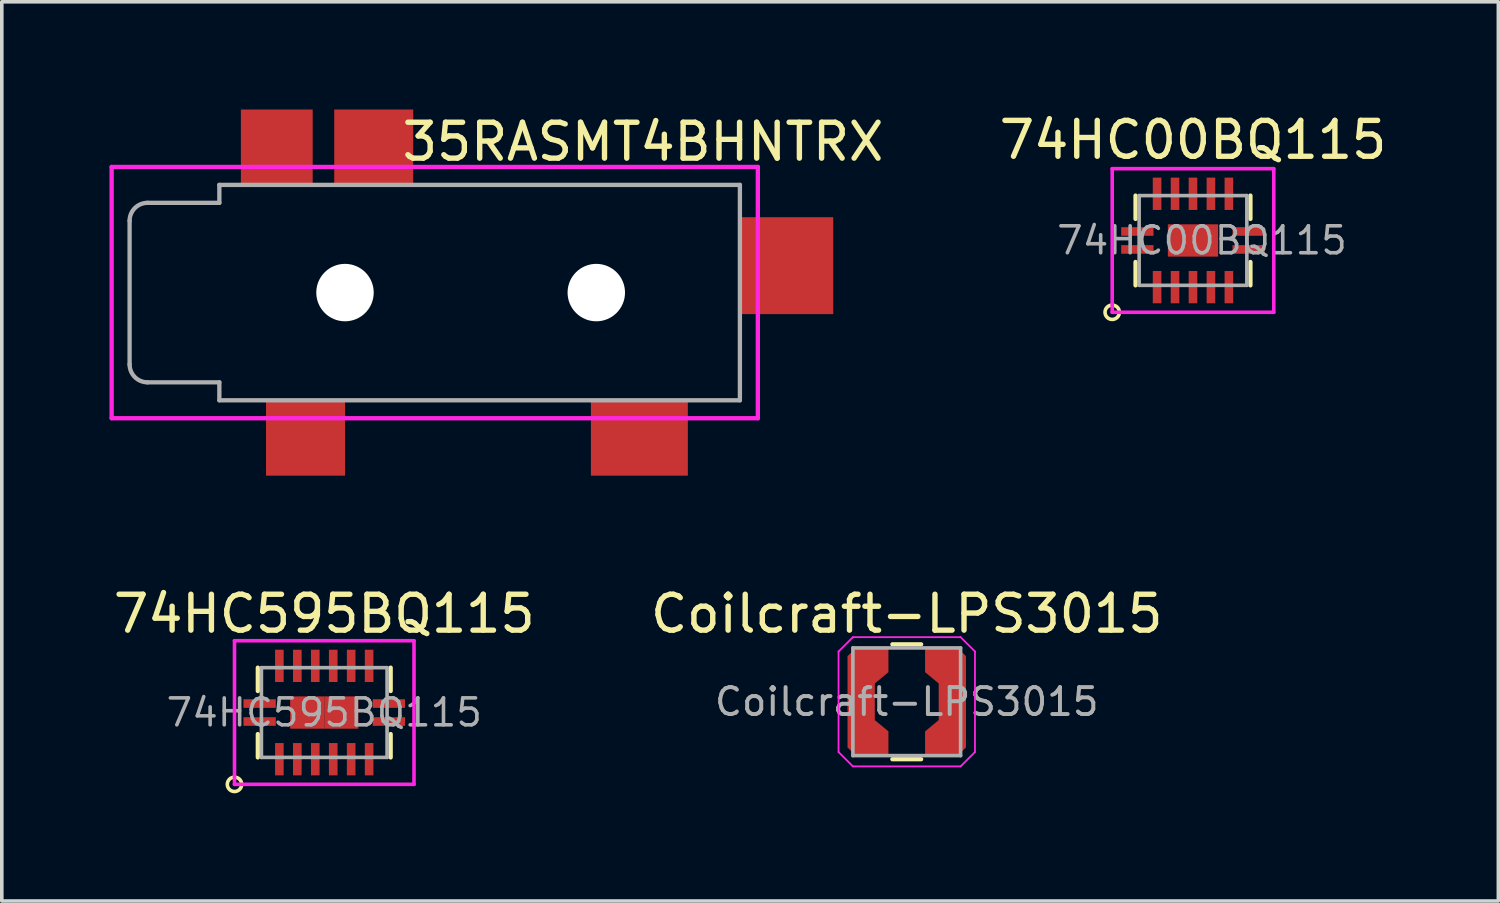
<source format=kicad_pcb>
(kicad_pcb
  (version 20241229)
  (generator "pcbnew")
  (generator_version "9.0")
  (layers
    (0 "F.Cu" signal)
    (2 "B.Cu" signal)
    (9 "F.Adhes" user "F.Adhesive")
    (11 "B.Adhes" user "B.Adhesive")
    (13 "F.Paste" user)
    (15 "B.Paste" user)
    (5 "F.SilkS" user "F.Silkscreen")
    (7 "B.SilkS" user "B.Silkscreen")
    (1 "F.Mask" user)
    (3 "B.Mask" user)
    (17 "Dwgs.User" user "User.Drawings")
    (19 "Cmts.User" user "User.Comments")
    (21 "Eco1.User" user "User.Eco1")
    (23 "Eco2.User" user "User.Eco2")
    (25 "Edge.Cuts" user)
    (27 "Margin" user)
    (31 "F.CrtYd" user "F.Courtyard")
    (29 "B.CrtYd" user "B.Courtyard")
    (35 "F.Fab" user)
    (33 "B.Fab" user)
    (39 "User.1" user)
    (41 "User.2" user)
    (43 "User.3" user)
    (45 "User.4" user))
  (footprint "Coilcraft-LPS3015"
    (layer "F.Cu")
    (at 22.208 16.498)
    (property "Reference" "Coilcraft-LPS3015" (at 0 -2.45 0) (layer "F.SilkS") (effects (font (size 1 1) (thickness 0.15))))
    (attr smd)
    (fp_line (start -0.4 -1.6) (end 0.4 -1.6) (stroke (width 0.12) (type solid)) (layer "F.SilkS"))
    (fp_line (start -0.4 1.6) (end 0.4 1.6) (stroke (width 0.12) (type solid)) (layer "F.SilkS"))
    (fp_line (start -1.9 -1.4) (end -1.5 -1.8) (stroke (width 0.05) (type solid)) (layer "F.CrtYd"))
    (fp_line (start -1.9 1.4) (end -1.9 -1.4) (stroke (width 0.05) (type solid)) (layer "F.CrtYd"))
    (fp_line (start -1.5 -1.8) (end 1.5 -1.8) (stroke (width 0.05) (type solid)) (layer "F.CrtYd"))
    (fp_line (start -1.5 1.8) (end -1.9 1.4) (stroke (width 0.05) (type solid)) (layer "F.CrtYd"))
    (fp_line (start 1.5 -1.8) (end 1.9 -1.4) (stroke (width 0.05) (type solid)) (layer "F.CrtYd"))
    (fp_line (start 1.5 1.8) (end -1.5 1.8) (stroke (width 0.05) (type solid)) (layer "F.CrtYd"))
    (fp_line (start 1.9 -1.4) (end 1.9 1.4) (stroke (width 0.05) (type solid)) (layer "F.CrtYd"))
    (fp_line (start 1.9 1.4) (end 1.5 1.8) (stroke (width 0.05) (type solid)) (layer "F.CrtYd"))
    (fp_line (start -1.5 1.5) (end -1.5 -1.5) (stroke (width 0.1) (type solid)) (layer "F.Fab"))
    (fp_line (start -1.5 1.5) (end 1.5 1.5) (stroke (width 0.1) (type solid)) (layer "F.Fab"))
    (fp_line (start 1.5 -1.5) (end -1.5 -1.5) (stroke (width 0.1) (type solid)) (layer "F.Fab"))
    (fp_line (start 1.5 1.5) (end 1.5 -1.5) (stroke (width 0.1) (type solid)) (layer "F.Fab"))
    (fp_text user "${REFERENCE}" (at 0 0 0) (layer "F.Fab") (effects (font (size 0.75 0.75) (thickness 0.11))))
    (pad "1" smd rect (at -1.395 -1.27 45) (size 0.361 0.361) (layers "F.Cu" "F.Mask" "F.Paste"))
    (pad "1" smd rect (at -1.395 1.27 45) (size 0.361 0.361) (layers "F.Cu" "F.Mask" "F.Paste"))
    (pad "1" smd rect (at -1.27 0) (size 0.76 2.54) (layers "F.Cu" "F.Mask" "F.Paste"))
    (pad "1" smd rect (at -0.953 -1.175) (size 0.885 0.7) (layers "F.Cu" "F.Mask" "F.Paste"))
    (pad "1" smd rect (at -0.953 1.175) (size 0.885 0.7) (layers "F.Cu" "F.Mask" "F.Paste"))
    (pad "1" smd rect (at -0.858 -0.857 39.7) (size 0.494 0.494) (layers "F.Cu" "F.Mask" "F.Paste"))
    (pad "1" smd rect (at -0.858 0.857 320.3) (size 0.494 0.494) (layers "F.Cu" "F.Mask" "F.Paste"))
    (pad "2" smd rect (at 0.858 -0.857 320.3) (size 0.494 0.494) (layers "F.Cu" "F.Mask" "F.Paste"))
    (pad "2" smd rect (at 0.858 0.857 39.7) (size 0.494 0.494) (layers "F.Cu" "F.Mask" "F.Paste"))
    (pad "2" smd rect (at 0.953 -1.175) (size 0.885 0.7) (layers "F.Cu" "F.Mask" "F.Paste"))
    (pad "2" smd rect (at 0.953 1.175) (size 0.885 0.7) (layers "F.Cu" "F.Mask" "F.Paste"))
    (pad "2" smd rect (at 1.27 0) (size 0.76 2.54) (layers "F.Cu" "F.Mask" "F.Paste"))
    (pad "2" smd rect (at 1.395 -1.27 45) (size 0.361 0.361) (layers "F.Cu" "F.Mask" "F.Paste"))
    (pad "2" smd rect (at 1.395 1.27 45) (size 0.361 0.361) (layers "F.Cu" "F.Mask" "F.Paste")))
  (footprint "35RASMT4BHNTRX"
    (layer "F.Cu")
    (at 3.06 5.1)
    (property "Reference" "35RASMT4BHNTRX" (at 11.8 -4.2 0) (layer "F.SilkS") (effects (font (size 1 1) (thickness 0.15))))
    (attr through_hole)
    (fp_line (start -3 -3.5) (end 15 -3.5) (stroke (width 0.12) (type solid)) (layer "F.CrtYd"))
    (fp_line (start -3 3.5) (end -3 -3.5) (stroke (width 0.12) (type solid)) (layer "F.CrtYd"))
    (fp_line (start 15 -3.5) (end 15 3.5) (stroke (width 0.12) (type solid)) (layer "F.CrtYd"))
    (fp_line (start 15 3.5) (end -3 3.5) (stroke (width 0.12) (type solid)) (layer "F.CrtYd"))
    (fp_line (start -2.5 -2) (end -2.5 2) (stroke (width 0.12) (type solid)) (layer "F.Fab"))
    (fp_line (start -2 2.5) (end 0 2.5) (stroke (width 0.12) (type solid)) (layer "F.Fab"))
    (fp_line (start 0 -3) (end 0 -2.5) (stroke (width 0.12) (type solid)) (layer "F.Fab"))
    (fp_line (start 0 -2.5) (end -2 -2.5) (stroke (width 0.12) (type solid)) (layer "F.Fab"))
    (fp_line (start 0 2.5) (end 0 3) (stroke (width 0.12) (type solid)) (layer "F.Fab"))
    (fp_line (start 0 3) (end 14.5 3) (stroke (width 0.12) (type solid)) (layer "F.Fab"))
    (fp_line (start 14.5 -3) (end 0 -3) (stroke (width 0.12) (type solid)) (layer "F.Fab"))
    (fp_line (start 14.5 3) (end 14.5 -3) (stroke (width 0.12) (type solid)) (layer "F.Fab"))
    (fp_arc (start -2.5 -2) (mid -2.353553 -2.353553) (end -2 -2.5) (stroke (width 0.12) (type solid)) (layer "F.Fab"))
    (fp_arc (start -2 2.5) (mid -2.353553 2.353553) (end -2.5 2) (stroke (width 0.12) (type solid)) (layer "F.Fab"))
    (pad "" np_thru_hole circle (at 3.5 0) (size 1.6 1.6) (drill 1.6) (layers "*.Cu" "*.Mask"))
    (pad "" np_thru_hole circle (at 10.5 0) (size 1.6 1.6) (drill 1.6) (layers "*.Cu" "*.Mask"))
    (pad "R" smd rect (at 4.3 -4.05) (size 2.2 2.1) (layers "F.Cu" "F.Mask" "F.Paste"))
    (pad "RN" smd rect (at 1.6 -4.05) (size 2 2.1) (layers "F.Cu" "F.Mask" "F.Paste"))
    (pad "S" smd rect (at 2.4 4.05) (size 2.2 2.1) (layers "F.Cu" "F.Mask" "F.Paste"))
    (pad "T" smd rect (at 11.7 4.05) (size 2.7 2.1) (layers "F.Cu" "F.Mask" "F.Paste"))
    (pad "TN" smd rect (at 15.8 -0.75) (size 2.6 2.7) (layers "F.Cu" "F.Mask" "F.Paste")))
  (footprint "74HC00BQ115"
    (layer "F.Cu")
    (at 30.181 3.648)
    (property "Reference" "74HC00BQ115" (at 0 -2.8 0) (layer "F.SilkS") (effects (font (size 1 1) (thickness 0.15))))
    (attr smd)
    (fp_line (start -1.6 -1.25) (end -1.6 -0.6) (stroke (width 0.12) (type solid)) (layer "F.SilkS"))
    (fp_line (start -1.6 0.6) (end -1.6 1.25) (stroke (width 0.12) (type solid)) (layer "F.SilkS"))
    (fp_line (start 1.6 -1.25) (end 1.6 -0.6) (stroke (width 0.12) (type solid)) (layer "F.SilkS"))
    (fp_line (start 1.6 0.6) (end 1.6 1.25) (stroke (width 0.12) (type solid)) (layer "F.SilkS"))
    (fp_circle (center -2.25 2) (end -2.05 2) (stroke (width 0.1) (type solid)) (fill no) (layer "F.SilkS"))
    (fp_line (start -2.25 -2) (end 2.25 -2) (stroke (width 0.1) (type solid)) (layer "F.CrtYd"))
    (fp_line (start -2.25 2) (end -2.25 -2) (stroke (width 0.1) (type solid)) (layer "F.CrtYd"))
    (fp_line (start 2.25 -2) (end 2.25 2) (stroke (width 0.1) (type solid)) (layer "F.CrtYd"))
    (fp_line (start 2.25 2) (end -2.25 2) (stroke (width 0.1) (type solid)) (layer "F.CrtYd"))
    (fp_line (start -1.5 -1.25) (end 1.5 -1.25) (stroke (width 0.1) (type solid)) (layer "F.Fab"))
    (fp_line (start -1.5 1.25) (end -1.5 -1.25) (stroke (width 0.1) (type solid)) (layer "F.Fab"))
    (fp_line (start 1.5 -1.25) (end 1.5 1.25) (stroke (width 0.1) (type solid)) (layer "F.Fab"))
    (fp_line (start 1.5 1.25) (end -1.5 1.25) (stroke (width 0.1) (type solid)) (layer "F.Fab"))
    (fp_text user "${REFERENCE}" (at 0.25 0 0) (layer "F.Fab") (effects (font (size 0.75 0.75) (thickness 0.1))))
    (pad "1" smd rect (at -1.55 0.25 90) (size 0.24 0.9) (layers "F.Cu" "F.Mask" "F.Paste"))
    (pad "2" smd rect (at -1 1.3) (size 0.24 0.9) (layers "F.Cu" "F.Mask" "F.Paste"))
    (pad "3" smd rect (at -0.5 1.3) (size 0.24 0.9) (layers "F.Cu" "F.Mask" "F.Paste"))
    (pad "4" smd rect (at 0 1.3) (size 0.24 0.9) (layers "F.Cu" "F.Mask" "F.Paste"))
    (pad "5" smd rect (at 0.5 1.3) (size 0.24 0.9) (layers "F.Cu" "F.Mask" "F.Paste"))
    (pad "6" smd rect (at 1 1.3) (size 0.24 0.9) (layers "F.Cu" "F.Mask" "F.Paste"))
    (pad "7" smd rect (at -0.35 0 90) (size 0.9 0.7) (layers "F.Cu" "F.Mask" "F.Paste"))
    (pad "7" smd rect (at 0.35 0 90) (size 0.9 0.7) (layers "F.Cu" "F.Mask" "F.Paste"))
    (pad "7" smd rect (at 1.55 0.25 90) (size 0.24 0.9) (layers "F.Cu" "F.Mask" "F.Paste"))
    (pad "8" smd rect (at 1.55 -0.25 90) (size 0.24 0.9) (layers "F.Cu" "F.Mask" "F.Paste"))
    (pad "9" smd rect (at 1 -1.3) (size 0.24 0.9) (layers "F.Cu" "F.Mask" "F.Paste"))
    (pad "10" smd rect (at 0.5 -1.3) (size 0.24 0.9) (layers "F.Cu" "F.Mask" "F.Paste"))
    (pad "11" smd rect (at 0 -1.3) (size 0.24 0.9) (layers "F.Cu" "F.Mask" "F.Paste"))
    (pad "12" smd rect (at -0.5 -1.3) (size 0.24 0.9) (layers "F.Cu" "F.Mask" "F.Paste"))
    (pad "13" smd rect (at -1 -1.3) (size 0.24 0.9) (layers "F.Cu" "F.Mask" "F.Paste"))
    (pad "14" smd rect (at -1.55 -0.25 90) (size 0.24 0.9) (layers "F.Cu" "F.Mask" "F.Paste")))
  (footprint "74HC595BQ115"
    (layer "F.Cu")
    (at 5.982 16.798)
    (property "Reference" "74HC595BQ115" (at 0 -2.75 0) (layer "F.SilkS") (effects (font (size 1 1) (thickness 0.15))))
    (attr smd)
    (fp_line (start -1.85 -1.25) (end -1.85 -0.6) (stroke (width 0.12) (type solid)) (layer "F.SilkS"))
    (fp_line (start -1.85 0.6) (end -1.85 1.25) (stroke (width 0.12) (type solid)) (layer "F.SilkS"))
    (fp_line (start 1.85 -1.25) (end 1.85 -0.6) (stroke (width 0.12) (type solid)) (layer "F.SilkS"))
    (fp_line (start 1.85 0.6) (end 1.85 1.25) (stroke (width 0.12) (type solid)) (layer "F.SilkS"))
    (fp_circle (center -2.5 2) (end -2.3 2) (stroke (width 0.1) (type solid)) (fill no) (layer "F.SilkS"))
    (fp_line (start -2.5 -2) (end 2.5 -2) (stroke (width 0.1) (type solid)) (layer "F.CrtYd"))
    (fp_line (start -2.5 2) (end -2.5 -2) (stroke (width 0.1) (type solid)) (layer "F.CrtYd"))
    (fp_line (start 2.5 -2) (end 2.5 2) (stroke (width 0.1) (type solid)) (layer "F.CrtYd"))
    (fp_line (start 2.5 2) (end -2.5 2) (stroke (width 0.1) (type solid)) (layer "F.CrtYd"))
    (fp_line (start -1.75 -1.25) (end 1.75 -1.25) (stroke (width 0.1) (type solid)) (layer "F.Fab"))
    (fp_line (start -1.75 1.25) (end -1.75 -1.25) (stroke (width 0.1) (type solid)) (layer "F.Fab"))
    (fp_line (start 1.75 -1.25) (end 1.75 1.25) (stroke (width 0.1) (type solid)) (layer "F.Fab"))
    (fp_line (start 1.75 1.25) (end -1.75 1.25) (stroke (width 0.1) (type solid)) (layer "F.Fab"))
    (fp_text user "${REFERENCE}" (at 0 0 0) (layer "F.Fab") (effects (font (size 0.75 0.75) (thickness 0.1))))
    (pad "1" smd rect (at -1.8 0.25 90) (size 0.24 0.9) (layers "F.Cu" "F.Mask" "F.Paste"))
    (pad "2" smd rect (at -1.25 1.3) (size 0.24 0.9) (layers "F.Cu" "F.Mask" "F.Paste"))
    (pad "3" smd rect (at -0.75 1.3) (size 0.24 0.9) (layers "F.Cu" "F.Mask" "F.Paste"))
    (pad "4" smd rect (at -0.25 1.3) (size 0.24 0.9) (layers "F.Cu" "F.Mask" "F.Paste"))
    (pad "5" smd rect (at 0.25 1.3) (size 0.24 0.9) (layers "F.Cu" "F.Mask" "F.Paste"))
    (pad "6" smd rect (at 0.75 1.3) (size 0.24 0.9) (layers "F.Cu" "F.Mask" "F.Paste"))
    (pad "7" smd rect (at 1.25 1.3) (size 0.24 0.9) (layers "F.Cu" "F.Mask" "F.Paste"))
    (pad "8" smd rect (at -0.475 0 90) (size 0.9 0.95) (layers "F.Cu" "F.Mask" "F.Paste"))
    (pad "8" smd rect (at 0.475 0 90) (size 0.9 0.95) (layers "F.Cu" "F.Mask" "F.Paste"))
    (pad "8" smd rect (at 1.8 0.25 90) (size 0.24 0.9) (layers "F.Cu" "F.Mask" "F.Paste"))
    (pad "9" smd rect (at 1.8 -0.25 90) (size 0.24 0.9) (layers "F.Cu" "F.Mask" "F.Paste"))
    (pad "10" smd rect (at 1.25 -1.3) (size 0.24 0.9) (layers "F.Cu" "F.Mask" "F.Paste"))
    (pad "11" smd rect (at 0.75 -1.3) (size 0.24 0.9) (layers "F.Cu" "F.Mask" "F.Paste"))
    (pad "12" smd rect (at 0.25 -1.3) (size 0.24 0.9) (layers "F.Cu" "F.Mask" "F.Paste"))
    (pad "13" smd rect (at -0.25 -1.3) (size 0.24 0.9) (layers "F.Cu" "F.Mask" "F.Paste"))
    (pad "14" smd rect (at -0.75 -1.3) (size 0.24 0.9) (layers "F.Cu" "F.Mask" "F.Paste"))
    (pad "15" smd rect (at -1.25 -1.3) (size 0.24 0.9) (layers "F.Cu" "F.Mask" "F.Paste"))
    (pad "16" smd rect (at -1.8 -0.25 90) (size 0.24 0.9) (layers "F.Cu" "F.Mask" "F.Paste")))
  (gr_rect
    (start -3 -3)
    (end 38.687 22.048)
    (stroke (width 0.1) (type default))
    (fill no)
    (layer "Edge.Cuts")))
</source>
